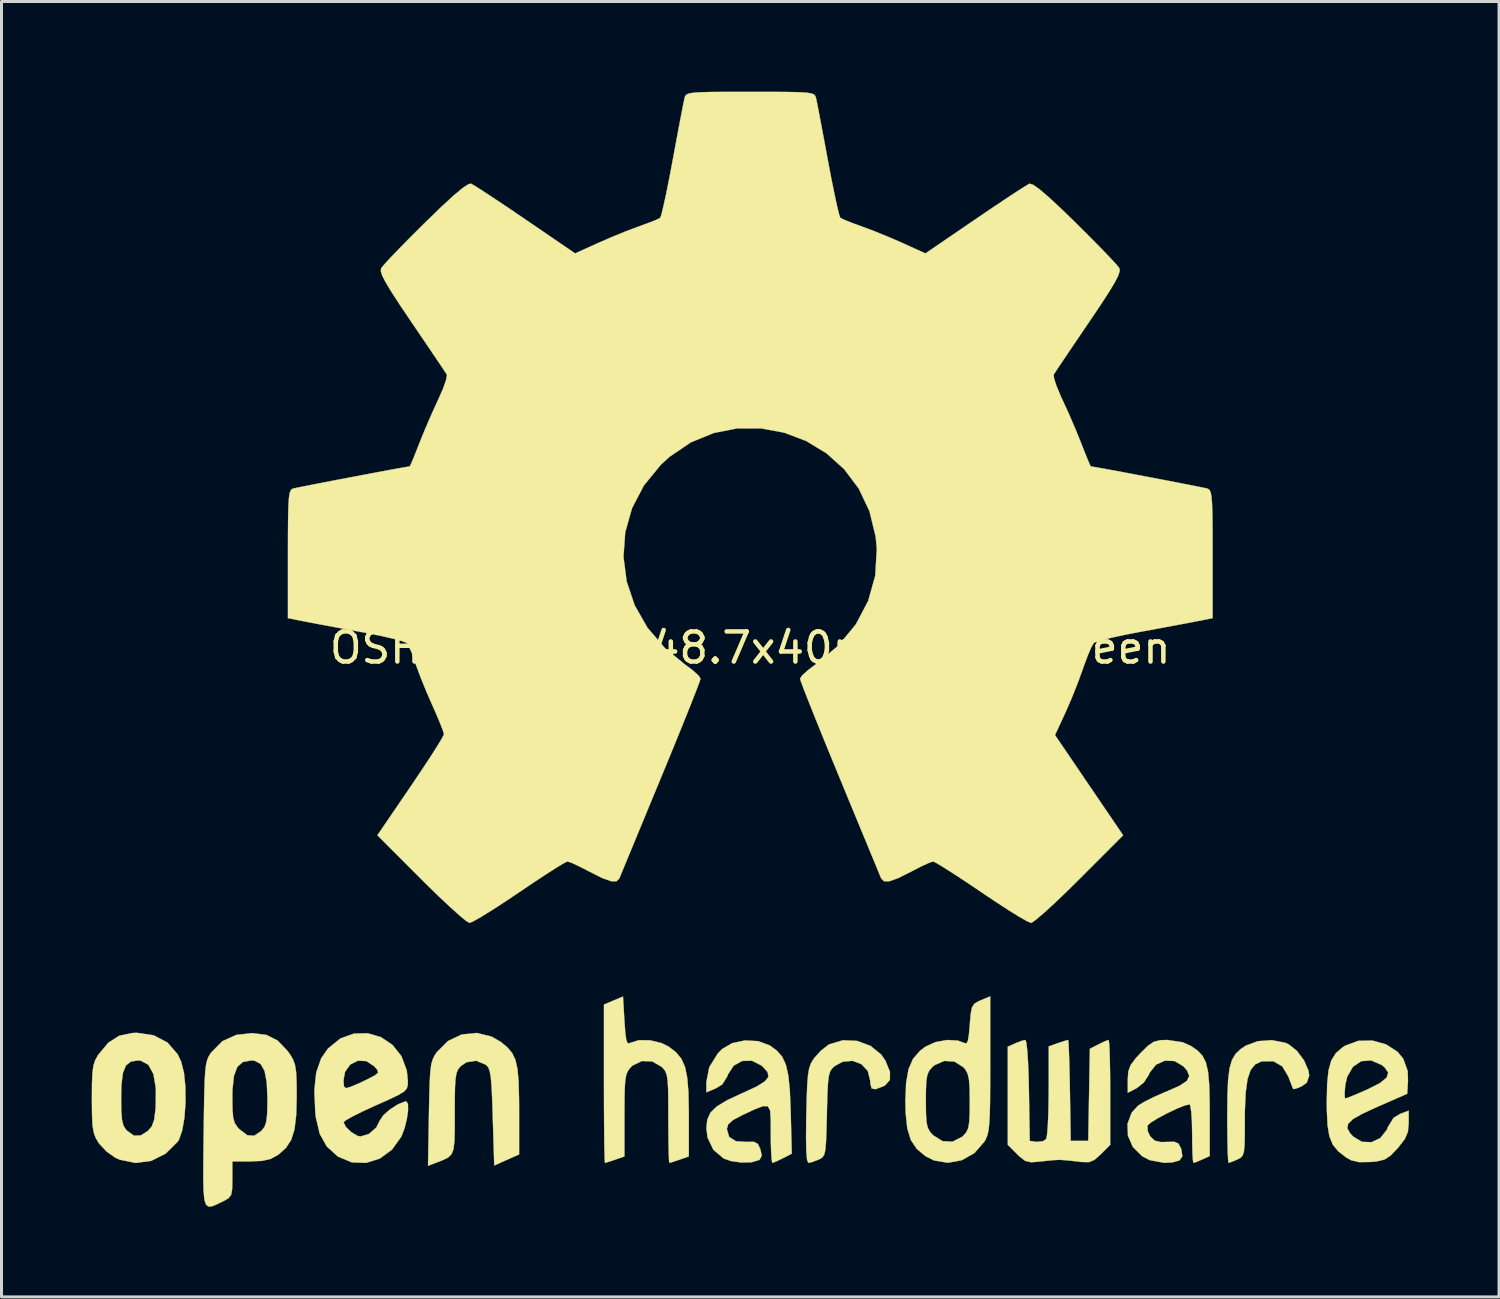
<source format=kicad_pcb>
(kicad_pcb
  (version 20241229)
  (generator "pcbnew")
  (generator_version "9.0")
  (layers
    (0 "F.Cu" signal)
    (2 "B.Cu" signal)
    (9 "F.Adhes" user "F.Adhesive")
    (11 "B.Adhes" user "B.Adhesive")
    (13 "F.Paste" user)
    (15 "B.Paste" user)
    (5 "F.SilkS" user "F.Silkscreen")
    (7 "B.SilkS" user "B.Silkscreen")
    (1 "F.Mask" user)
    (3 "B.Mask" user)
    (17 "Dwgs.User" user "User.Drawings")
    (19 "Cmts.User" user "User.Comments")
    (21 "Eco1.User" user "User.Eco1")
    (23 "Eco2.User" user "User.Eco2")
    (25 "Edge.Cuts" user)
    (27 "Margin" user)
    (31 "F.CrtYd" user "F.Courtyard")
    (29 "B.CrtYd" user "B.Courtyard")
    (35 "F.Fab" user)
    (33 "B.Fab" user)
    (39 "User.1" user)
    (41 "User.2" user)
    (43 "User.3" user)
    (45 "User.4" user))
  (footprint "OSHW-Logo2_48.7x40mm_SilkScreen"
    (layer "F.Cu")
    (at 21.902 18.495)
    (property "Reference" "OSHW-Logo2_48.7x40mm_SilkScreen" (at 0 0 0) (layer "F.SilkS") (effects (font (size 1 1) (thickness 0.15))))
    (attr exclude_from_pos_files exclude_from_bom allow_missing_courtyard)
    (fp_poly (pts (xy 17.786 13.133) (xy 17.902 13.184) (xy 18.18 13.404) (xy 18.417 13.722) (xy 18.564 14.061) (xy 18.588 14.229) (xy 18.508 14.462) (xy 18.332 14.586) (xy 18.143 14.661) (xy 18.057 14.674) (xy 18.015 14.574) (xy 17.932 14.357) (xy 17.896 14.258) (xy 17.692 13.918) (xy 17.396 13.748) (xy 17.017 13.753) (xy 16.989 13.76) (xy 16.787 13.856) (xy 16.638 14.043) (xy 16.537 14.344) (xy 16.476 14.782) (xy 16.449 15.38) (xy 16.447 15.698) (xy 16.446 16.2) (xy 16.437 16.542) (xy 16.416 16.759) (xy 16.374 16.886) (xy 16.306 16.959) (xy 16.205 17.012) (xy 16.199 17.015) (xy 16.004 17.098) (xy 15.907 17.128) (xy 15.892 17.036) (xy 15.879 16.782) (xy 15.87 16.398) (xy 15.864 15.918) (xy 15.863 15.566) (xy 15.869 14.885) (xy 15.891 14.369) (xy 15.939 13.987) (xy 16.019 13.709) (xy 16.139 13.504) (xy 16.309 13.343) (xy 16.476 13.231) (xy 16.878 13.082) (xy 17.345 13.048) (xy 17.786 13.133)) (stroke (width 0.01) (type solid)) (fill yes) (layer "F.SilkS"))
    (fp_poly (pts (xy -8.609 12.926) (xy -8.296 13.106) (xy -8.079 13.286) (xy -7.92 13.474) (xy -7.811 13.703) (xy -7.742 14.008) (xy -7.705 14.422) (xy -7.69 14.977) (xy -7.688 15.376) (xy -7.688 16.846) (xy -8.102 17.031) (xy -8.515 17.216) (xy -8.564 15.607) (xy -8.584 15.006) (xy -8.605 14.57) (xy -8.631 14.268) (xy -8.667 14.072) (xy -8.715 13.951) (xy -8.781 13.876) (xy -8.802 13.86) (xy -9.12 13.732) (xy -9.443 13.783) (xy -9.634 13.916) (xy -9.713 14.011) (xy -9.767 14.136) (xy -9.801 14.324) (xy -9.82 14.611) (xy -9.828 15.032) (xy -9.829 15.47) (xy -9.829 16.02) (xy -9.839 16.409) (xy -9.87 16.672) (xy -9.937 16.841) (xy -10.051 16.952) (xy -10.227 17.038) (xy -10.461 17.128) (xy -10.717 17.225) (xy -10.687 15.498) (xy -10.675 14.875) (xy -10.66 14.415) (xy -10.64 14.085) (xy -10.609 13.854) (xy -10.563 13.689) (xy -10.499 13.558) (xy -10.422 13.442) (xy -10.049 13.073) (xy -9.595 12.859) (xy -9.101 12.808) (xy -8.609 12.926)) (stroke (width 0.01) (type solid)) (fill yes) (layer "F.SilkS"))
    (fp_poly (pts (xy 3.553 13.073) (xy 3.995 13.236) (xy 4.353 13.525) (xy 4.493 13.728) (xy 4.646 14.101) (xy 4.643 14.37) (xy 4.483 14.551) (xy 4.423 14.582) (xy 4.167 14.678) (xy 4.037 14.654) (xy 3.992 14.492) (xy 3.99 14.403) (xy 3.909 14.075) (xy 3.698 13.846) (xy 3.404 13.735) (xy 3.076 13.763) (xy 2.809 13.908) (xy 2.719 13.99) (xy 2.655 14.09) (xy 2.611 14.242) (xy 2.584 14.478) (xy 2.565 14.833) (xy 2.551 15.34) (xy 2.548 15.501) (xy 2.534 16.05) (xy 2.519 16.437) (xy 2.497 16.693) (xy 2.461 16.85) (xy 2.406 16.939) (xy 2.326 16.994) (xy 2.275 17.018) (xy 2.059 17.101) (xy 1.932 17.128) (xy 1.89 17.037) (xy 1.864 16.762) (xy 1.855 16.3) (xy 1.861 15.647) (xy 1.863 15.547) (xy 1.878 14.951) (xy 1.895 14.516) (xy 1.92 14.208) (xy 1.957 13.993) (xy 2.01 13.836) (xy 2.085 13.704) (xy 2.124 13.647) (xy 2.349 13.397) (xy 2.6 13.202) (xy 2.63 13.185) (xy 3.08 13.051) (xy 3.553 13.073)) (stroke (width 0.01) (type solid)) (fill yes) (layer "F.SilkS"))
    (fp_poly (pts (xy 11.934 13.133) (xy 11.949 13.389) (xy 11.96 13.778) (xy 11.968 14.269) (xy 11.97 14.785) (xy 11.97 16.529) (xy 11.662 16.837) (xy 11.45 17.027) (xy 11.264 17.104) (xy 11.009 17.099) (xy 10.908 17.086) (xy 10.592 17.05) (xy 10.331 17.03) (xy 10.267 17.028) (xy 10.052 17.04) (xy 9.745 17.072) (xy 9.626 17.086) (xy 9.334 17.109) (xy 9.137 17.06) (xy 8.942 16.906) (xy 8.872 16.837) (xy 8.564 16.529) (xy 8.564 13.266) (xy 8.812 13.154) (xy 9.025 13.07) (xy 9.15 13.041) (xy 9.182 13.133) (xy 9.212 13.392) (xy 9.238 13.788) (xy 9.258 14.293) (xy 9.267 14.719) (xy 9.294 16.398) (xy 9.526 16.431) (xy 9.737 16.408) (xy 9.841 16.334) (xy 9.87 16.195) (xy 9.895 15.898) (xy 9.913 15.483) (xy 9.923 14.985) (xy 9.925 14.729) (xy 9.926 13.254) (xy 10.233 13.147) (xy 10.45 13.075) (xy 10.568 13.041) (xy 10.571 13.041) (xy 10.583 13.133) (xy 10.596 13.388) (xy 10.609 13.775) (xy 10.621 14.263) (xy 10.63 14.719) (xy 10.656 16.398) (xy 11.24 16.398) (xy 11.267 14.867) (xy 11.294 13.335) (xy 11.578 13.188) (xy 11.789 13.087) (xy 11.913 13.041) (xy 11.917 13.041) (xy 11.934 13.133)) (stroke (width 0.01) (type solid)) (fill yes) (layer "F.SilkS"))
    (fp_poly (pts (xy -4.185 12.413) (xy -4.156 12.811) (xy -4.123 13.045) (xy -4.078 13.147) (xy -4.012 13.149) (xy -3.99 13.136) (xy -3.704 13.048) (xy -3.331 13.053) (xy -2.952 13.144) (xy -2.715 13.262) (xy -2.472 13.449) (xy -2.294 13.662) (xy -2.172 13.932) (xy -2.097 14.292) (xy -2.057 14.775) (xy -2.044 15.414) (xy -2.044 15.537) (xy -2.044 16.914) (xy -2.35 17.021) (xy -2.568 17.094) (xy -2.687 17.128) (xy -2.691 17.128) (xy -2.703 17.036) (xy -2.713 16.783) (xy -2.72 16.402) (xy -2.724 15.926) (xy -2.725 15.637) (xy -2.726 15.066) (xy -2.733 14.657) (xy -2.75 14.377) (xy -2.781 14.192) (xy -2.831 14.07) (xy -2.905 13.978) (xy -2.95 13.933) (xy -3.264 13.754) (xy -3.605 13.741) (xy -3.916 13.892) (xy -3.973 13.947) (xy -4.057 14.05) (xy -4.116 14.172) (xy -4.153 14.348) (xy -4.174 14.614) (xy -4.183 15.005) (xy -4.185 15.543) (xy -4.185 16.914) (xy -4.491 17.021) (xy -4.709 17.094) (xy -4.828 17.128) (xy -4.832 17.128) (xy -4.841 17.035) (xy -4.849 16.772) (xy -4.856 16.365) (xy -4.861 15.838) (xy -4.865 15.217) (xy -4.866 14.526) (xy -4.866 14.496) (xy -4.866 11.863) (xy -4.55 11.73) (xy -4.233 11.597) (xy -4.185 12.413)) (stroke (width 0.01) (type solid)) (fill yes) (layer "F.SilkS"))
    (fp_poly (pts (xy -19.839 12.887) (xy -19.383 13.127) (xy -19.046 13.513) (xy -18.927 13.761) (xy -18.834 14.133) (xy -18.786 14.604) (xy -18.782 15.118) (xy -18.818 15.62) (xy -18.893 16.054) (xy -19.004 16.366) (xy -19.038 16.42) (xy -19.442 16.821) (xy -19.922 17.061) (xy -20.443 17.131) (xy -20.97 17.023) (xy -21.116 16.958) (xy -21.401 16.757) (xy -21.652 16.49) (xy -21.676 16.457) (xy -21.772 16.294) (xy -21.835 16.12) (xy -21.873 15.891) (xy -21.891 15.563) (xy -21.896 15.092) (xy -21.897 14.987) (xy -21.896 14.953) (xy -20.923 14.953) (xy -20.918 15.398) (xy -20.895 15.692) (xy -20.849 15.883) (xy -20.769 16.014) (xy -20.729 16.057) (xy -20.496 16.224) (xy -20.27 16.216) (xy -20.041 16.072) (xy -19.905 15.918) (xy -19.824 15.693) (xy -19.779 15.338) (xy -19.776 15.297) (xy -19.768 14.654) (xy -19.849 14.176) (xy -20.017 13.867) (xy -20.272 13.729) (xy -20.363 13.722) (xy -20.602 13.76) (xy -20.765 13.891) (xy -20.865 14.141) (xy -20.914 14.537) (xy -20.923 14.953) (xy -21.896 14.953) (xy -21.893 14.486) (xy -21.878 14.135) (xy -21.844 13.892) (xy -21.786 13.714) (xy -21.697 13.556) (xy -21.678 13.526) (xy -21.347 13.13) (xy -20.986 12.9) (xy -20.547 12.809) (xy -20.398 12.804) (xy -19.839 12.887)) (stroke (width 0.01) (type solid)) (fill yes) (layer "F.SilkS"))
    (fp_poly (pts (xy 21.145 13.188) (xy 21.53 13.44) (xy 21.716 13.665) (xy 21.863 14.074) (xy 21.874 14.398) (xy 21.848 14.83) (xy 20.85 15.267) (xy 20.365 15.49) (xy 20.048 15.669) (xy 19.884 15.825) (xy 19.855 15.976) (xy 19.947 16.142) (xy 20.048 16.252) (xy 20.341 16.429) (xy 20.661 16.441) (xy 20.954 16.303) (xy 21.17 16.03) (xy 21.208 15.933) (xy 21.393 15.632) (xy 21.605 15.503) (xy 21.897 15.393) (xy 21.897 15.81) (xy 21.871 16.094) (xy 21.77 16.333) (xy 21.558 16.608) (xy 21.527 16.644) (xy 21.292 16.888) (xy 21.089 17.019) (xy 20.837 17.079) (xy 20.627 17.099) (xy 20.252 17.104) (xy 19.985 17.042) (xy 19.818 16.949) (xy 19.556 16.745) (xy 19.375 16.525) (xy 19.26 16.248) (xy 19.198 15.874) (xy 19.174 15.363) (xy 19.172 15.104) (xy 19.179 14.793) (xy 19.766 14.793) (xy 19.773 14.96) (xy 19.79 14.987) (xy 19.902 14.95) (xy 20.143 14.852) (xy 20.466 14.712) (xy 20.533 14.682) (xy 20.941 14.475) (xy 21.165 14.293) (xy 21.214 14.122) (xy 21.096 13.95) (xy 20.999 13.873) (xy 20.647 13.721) (xy 20.318 13.746) (xy 20.043 13.932) (xy 19.852 14.263) (xy 19.791 14.525) (xy 19.766 14.793) (xy 19.179 14.793) (xy 19.185 14.498) (xy 19.231 14.05) (xy 19.323 13.723) (xy 19.472 13.483) (xy 19.69 13.293) (xy 19.785 13.231) (xy 20.216 13.071) (xy 20.688 13.061) (xy 21.145 13.188)) (stroke (width 0.01) (type solid)) (fill yes) (layer "F.SilkS"))
    (fp_poly (pts (xy 7.98 13.848) (xy 7.978 14.576) (xy 7.974 15.135) (xy 7.963 15.554) (xy 7.945 15.858) (xy 7.918 16.075) (xy 7.879 16.231) (xy 7.826 16.353) (xy 7.786 16.423) (xy 7.455 16.802) (xy 7.035 17.04) (xy 6.571 17.125) (xy 6.106 17.047) (xy 5.829 16.907) (xy 5.538 16.665) (xy 5.34 16.369) (xy 5.221 15.981) (xy 5.166 15.464) (xy 5.158 15.084) (xy 5.159 15.057) (xy 5.839 15.057) (xy 5.843 15.492) (xy 5.862 15.78) (xy 5.906 15.969) (xy 5.984 16.105) (xy 6.078 16.208) (xy 6.392 16.406) (xy 6.73 16.423) (xy 7.049 16.258) (xy 7.074 16.235) (xy 7.18 16.118) (xy 7.246 15.979) (xy 7.282 15.773) (xy 7.297 15.452) (xy 7.299 15.098) (xy 7.294 14.653) (xy 7.273 14.356) (xy 7.228 14.161) (xy 7.151 14.021) (xy 7.087 13.947) (xy 6.792 13.76) (xy 6.452 13.737) (xy 6.127 13.88) (xy 6.064 13.933) (xy 5.958 14.051) (xy 5.891 14.192) (xy 5.855 14.401) (xy 5.841 14.725) (xy 5.839 15.057) (xy 5.159 15.057) (xy 5.182 14.473) (xy 5.262 14.014) (xy 5.412 13.669) (xy 5.646 13.4) (xy 5.829 13.262) (xy 6.161 13.112) (xy 6.546 13.043) (xy 6.904 13.062) (xy 7.104 13.136) (xy 7.183 13.158) (xy 7.235 13.078) (xy 7.271 12.866) (xy 7.299 12.542) (xy 7.329 12.182) (xy 7.371 11.965) (xy 7.447 11.841) (xy 7.58 11.759) (xy 7.664 11.723) (xy 7.98 11.59) (xy 7.98 13.848)) (stroke (width 0.01) (type solid)) (fill yes) (layer "F.SilkS"))
    (fp_poly (pts (xy -12.281 12.949) (xy -11.898 13.207) (xy -11.601 13.58) (xy -11.424 14.054) (xy -11.388 14.403) (xy -11.392 14.549) (xy -11.426 14.661) (xy -11.52 14.761) (xy -11.703 14.871) (xy -12.005 15.016) (xy -12.454 15.216) (xy -12.457 15.217) (xy -12.871 15.407) (xy -13.21 15.575) (xy -13.441 15.704) (xy -13.527 15.776) (xy -13.527 15.776) (xy -13.451 15.932) (xy -13.273 16.104) (xy -13.069 16.228) (xy -12.965 16.252) (xy -12.682 16.167) (xy -12.439 15.954) (xy -12.32 15.72) (xy -12.206 15.548) (xy -11.982 15.351) (xy -11.719 15.182) (xy -11.487 15.089) (xy -11.439 15.084) (xy -11.384 15.168) (xy -11.381 15.381) (xy -11.421 15.669) (xy -11.497 15.975) (xy -11.6 16.245) (xy -11.605 16.255) (xy -11.916 16.689) (xy -12.319 16.984) (xy -12.777 17.129) (xy -13.251 17.112) (xy -13.706 16.922) (xy -13.727 16.909) (xy -14.084 16.584) (xy -14.32 16.161) (xy -14.45 15.605) (xy -14.467 15.449) (xy -14.498 14.711) (xy -14.461 14.367) (xy -13.527 14.367) (xy -13.515 14.582) (xy -13.449 14.644) (xy -13.283 14.597) (xy -13.022 14.487) (xy -12.731 14.348) (xy -12.724 14.344) (xy -12.477 14.214) (xy -12.377 14.127) (xy -12.402 14.037) (xy -12.505 13.917) (xy -12.767 13.744) (xy -13.049 13.731) (xy -13.302 13.857) (xy -13.477 14.1) (xy -13.527 14.367) (xy -14.461 14.367) (xy -14.435 14.121) (xy -14.271 13.653) (xy -14.044 13.325) (xy -13.634 12.993) (xy -13.182 12.829) (xy -12.72 12.819) (xy -12.281 12.949)) (stroke (width 0.01) (type solid)) (fill yes) (layer "F.SilkS"))
    (fp_poly (pts (xy 0.266 13.081) (xy 0.648 13.223) (xy 0.652 13.226) (xy 0.888 13.399) (xy 1.062 13.602) (xy 1.185 13.866) (xy 1.265 14.224) (xy 1.315 14.708) (xy 1.343 15.351) (xy 1.345 15.442) (xy 1.38 16.822) (xy 1.084 16.975) (xy 0.87 17.078) (xy 0.741 17.127) (xy 0.735 17.128) (xy 0.712 17.038) (xy 0.695 16.793) (xy 0.684 16.437) (xy 0.681 16.148) (xy 0.681 15.681) (xy 0.66 15.387) (xy 0.585 15.247) (xy 0.426 15.24) (xy 0.149 15.346) (xy -0.268 15.541) (xy -0.574 15.703) (xy -0.732 15.843) (xy -0.778 15.996) (xy -0.779 16.004) (xy -0.702 16.268) (xy -0.475 16.41) (xy -0.129 16.431) (xy 0.121 16.427) (xy 0.253 16.499) (xy 0.335 16.672) (xy 0.382 16.892) (xy 0.314 17.017) (xy 0.288 17.035) (xy 0.047 17.107) (xy -0.291 17.117) (xy -0.639 17.069) (xy -0.886 16.982) (xy -1.227 16.693) (xy -1.421 16.289) (xy -1.46 15.974) (xy -1.43 15.69) (xy -1.324 15.458) (xy -1.114 15.252) (xy -0.773 15.046) (xy -0.274 14.813) (xy -0.243 14.8) (xy 0.207 14.592) (xy 0.484 14.421) (xy 0.603 14.268) (xy 0.577 14.112) (xy 0.42 13.933) (xy 0.373 13.892) (xy 0.058 13.732) (xy -0.269 13.739) (xy -0.553 13.896) (xy -0.742 14.186) (xy -0.759 14.242) (xy -0.93 14.518) (xy -1.147 14.651) (xy -1.46 14.783) (xy -1.46 14.442) (xy -1.364 13.947) (xy -1.082 13.493) (xy -0.935 13.341) (xy -0.6 13.146) (xy -0.175 13.057) (xy 0.266 13.081)) (stroke (width 0.01) (type solid)) (fill yes) (layer "F.SilkS"))
    (fp_poly (pts (xy -16.094 12.873) (xy -15.722 13.058) (xy -15.394 13.4) (xy -15.303 13.526) (xy -15.205 13.692) (xy -15.141 13.871) (xy -15.104 14.111) (xy -15.088 14.457) (xy -15.084 14.914) (xy -15.101 15.539) (xy -15.157 16.009) (xy -15.266 16.36) (xy -15.439 16.627) (xy -15.686 16.849) (xy -15.705 16.862) (xy -15.949 16.997) (xy -16.243 17.063) (xy -16.617 17.079) (xy -17.225 17.079) (xy -17.225 17.67) (xy -17.231 17.998) (xy -17.265 18.191) (xy -17.355 18.307) (xy -17.528 18.404) (xy -17.569 18.424) (xy -17.763 18.517) (xy -17.913 18.576) (xy -18.025 18.581) (xy -18.103 18.513) (xy -18.154 18.352) (xy -18.181 18.079) (xy -18.192 17.676) (xy -18.19 17.121) (xy -18.182 16.396) (xy -18.179 16.179) (xy -18.169 15.432) (xy -18.161 14.943) (xy -17.225 14.943) (xy -17.22 15.358) (xy -17.197 15.629) (xy -17.144 15.808) (xy -17.05 15.946) (xy -16.986 16.013) (xy -16.726 16.21) (xy -16.496 16.226) (xy -16.258 16.063) (xy -16.252 16.057) (xy -16.155 15.932) (xy -16.097 15.762) (xy -16.067 15.499) (xy -16.058 15.098) (xy -16.057 15.009) (xy -16.08 14.455) (xy -16.153 14.072) (xy -16.284 13.838) (xy -16.483 13.732) (xy -16.598 13.722) (xy -16.871 13.772) (xy -17.059 13.935) (xy -17.171 14.235) (xy -17.221 14.691) (xy -17.225 14.943) (xy -18.161 14.943) (xy -18.159 14.853) (xy -18.146 14.418) (xy -18.127 14.1) (xy -18.101 13.875) (xy -18.064 13.715) (xy -18.015 13.596) (xy -17.951 13.492) (xy -17.923 13.453) (xy -17.558 13.083) (xy -17.095 12.873) (xy -16.561 12.814) (xy -16.094 12.873)) (stroke (width 0.01) (type solid)) (fill yes) (layer "F.SilkS"))
    (fp_poly (pts (xy 14.381 13.117) (xy 14.662 13.245) (xy 14.882 13.399) (xy 15.043 13.572) (xy 15.154 13.795) (xy 15.224 14.099) (xy 15.262 14.518) (xy 15.277 15.082) (xy 15.279 15.453) (xy 15.279 16.902) (xy 15.031 17.015) (xy 14.836 17.098) (xy 14.739 17.128) (xy 14.721 17.038) (xy 14.706 16.794) (xy 14.697 16.438) (xy 14.695 16.155) (xy 14.687 15.746) (xy 14.665 15.422) (xy 14.632 15.224) (xy 14.607 15.182) (xy 14.434 15.225) (xy 14.164 15.335) (xy 13.85 15.485) (xy 13.55 15.646) (xy 13.317 15.79) (xy 13.209 15.889) (xy 13.208 15.89) (xy 13.218 16.073) (xy 13.301 16.248) (xy 13.448 16.39) (xy 13.663 16.437) (xy 13.846 16.432) (xy 14.106 16.427) (xy 14.242 16.488) (xy 14.324 16.649) (xy 14.335 16.679) (xy 14.37 16.909) (xy 14.275 17.048) (xy 14.028 17.114) (xy 13.761 17.126) (xy 13.28 17.036) (xy 13.031 16.906) (xy 12.723 16.6) (xy 12.56 16.226) (xy 12.546 15.83) (xy 12.683 15.461) (xy 12.891 15.23) (xy 13.098 15.101) (xy 13.423 14.937) (xy 13.802 14.771) (xy 13.865 14.746) (xy 14.282 14.562) (xy 14.522 14.4) (xy 14.599 14.239) (xy 14.527 14.058) (xy 14.403 13.916) (xy 14.11 13.742) (xy 13.788 13.729) (xy 13.493 13.863) (xy 13.281 14.131) (xy 13.253 14.2) (xy 13.09 14.454) (xy 12.853 14.643) (xy 12.554 14.797) (xy 12.554 14.359) (xy 12.572 14.091) (xy 12.647 13.879) (xy 12.815 13.654) (xy 12.975 13.48) (xy 13.225 13.234) (xy 13.419 13.102) (xy 13.628 13.049) (xy 13.864 13.041) (xy 14.381 13.117)) (stroke (width 0.01) (type solid)) (fill yes) (layer "F.SilkS"))
    (fp_poly (pts (xy 0.697 -18.49) (xy 1.223 -18.487) (xy 1.604 -18.479) (xy 1.865 -18.464) (xy 2.029 -18.439) (xy 2.121 -18.402) (xy 2.165 -18.35) (xy 2.187 -18.28) (xy 2.19 -18.271) (xy 2.223 -18.11) (xy 2.285 -17.79) (xy 2.369 -17.348) (xy 2.469 -16.815) (xy 2.578 -16.227) (xy 2.582 -16.207) (xy 2.691 -15.631) (xy 2.794 -15.122) (xy 2.882 -14.71) (xy 2.951 -14.427) (xy 2.992 -14.303) (xy 2.994 -14.3) (xy 3.116 -14.24) (xy 3.369 -14.138) (xy 3.696 -14.018) (xy 3.698 -14.018) (xy 4.111 -13.863) (xy 4.597 -13.665) (xy 5.056 -13.466) (xy 5.078 -13.456) (xy 5.825 -13.117) (xy 7.479 -14.247) (xy 7.986 -14.591) (xy 8.446 -14.899) (xy 8.831 -15.153) (xy 9.115 -15.335) (xy 9.272 -15.429) (xy 9.287 -15.436) (xy 9.4 -15.405) (xy 9.613 -15.256) (xy 9.932 -14.983) (xy 10.367 -14.577) (xy 10.811 -14.146) (xy 11.239 -13.721) (xy 11.622 -13.333) (xy 11.937 -13.006) (xy 12.161 -12.765) (xy 12.271 -12.632) (xy 12.275 -12.625) (xy 12.287 -12.534) (xy 12.241 -12.386) (xy 12.126 -12.16) (xy 11.931 -11.836) (xy 11.644 -11.394) (xy 11.261 -10.825) (xy 10.921 -10.324) (xy 10.617 -9.876) (xy 10.367 -9.504) (xy 10.188 -9.237) (xy 10.098 -9.099) (xy 10.092 -9.09) (xy 10.103 -8.958) (xy 10.187 -8.701) (xy 10.326 -8.369) (xy 10.376 -8.262) (xy 10.593 -7.789) (xy 10.824 -7.252) (xy 11.012 -6.788) (xy 11.147 -6.443) (xy 11.255 -6.181) (xy 11.317 -6.044) (xy 11.325 -6.034) (xy 11.439 -6.016) (xy 11.709 -5.968) (xy 12.098 -5.897) (xy 12.57 -5.809) (xy 13.09 -5.71) (xy 13.622 -5.609) (xy 14.13 -5.511) (xy 14.578 -5.424) (xy 14.931 -5.354) (xy 15.152 -5.309) (xy 15.206 -5.296) (xy 15.262 -5.264) (xy 15.304 -5.192) (xy 15.335 -5.055) (xy 15.355 -4.829) (xy 15.368 -4.491) (xy 15.374 -4.014) (xy 15.376 -3.376) (xy 15.376 -3.115) (xy 15.376 -0.987) (xy 14.865 -0.886) (xy 14.581 -0.831) (xy 14.157 -0.752) (xy 13.644 -0.656) (xy 13.095 -0.555) (xy 12.943 -0.527) (xy 12.436 -0.429) (xy 11.995 -0.332) (xy 11.656 -0.246) (xy 11.456 -0.179) (xy 11.423 -0.159) (xy 11.341 -0.018) (xy 11.224 0.255) (xy 11.094 0.606) (xy 11.068 0.681) (xy 10.898 1.15) (xy 10.687 1.679) (xy 10.48 2.154) (xy 10.479 2.156) (xy 10.134 2.901) (xy 11.267 4.568) (xy 12.4 6.234) (xy 10.945 7.691) (xy 10.505 8.125) (xy 10.104 8.507) (xy 9.764 8.817) (xy 9.508 9.036) (xy 9.358 9.141) (xy 9.336 9.148) (xy 9.21 9.095) (xy 8.952 8.948) (xy 8.591 8.725) (xy 8.155 8.442) (xy 7.684 8.126) (xy 7.205 7.803) (xy 6.778 7.523) (xy 6.43 7.301) (xy 6.189 7.156) (xy 6.081 7.104) (xy 5.949 7.148) (xy 5.698 7.263) (xy 5.382 7.425) (xy 5.348 7.443) (xy 4.921 7.657) (xy 4.629 7.762) (xy 4.447 7.763) (xy 4.352 7.665) (xy 4.351 7.664) (xy 4.304 7.548) (xy 4.191 7.274) (xy 4.021 6.863) (xy 3.803 6.335) (xy 3.545 5.712) (xy 3.257 5.016) (xy 2.979 4.341) (xy 2.672 3.597) (xy 2.391 2.908) (xy 2.143 2.295) (xy 1.937 1.778) (xy 1.781 1.38) (xy 1.684 1.121) (xy 1.654 1.025) (xy 1.729 0.914) (xy 1.925 0.737) (xy 2.186 0.542) (xy 2.928 -0.073) (xy 3.509 -0.779) (xy 3.921 -1.56) (xy 4.156 -2.402) (xy 4.208 -3.289) (xy 4.17 -3.698) (xy 3.963 -4.547) (xy 3.607 -5.297) (xy 3.123 -5.941) (xy 2.534 -6.47) (xy 1.862 -6.878) (xy 1.129 -7.156) (xy 0.356 -7.299) (xy -0.433 -7.298) (xy -1.216 -7.145) (xy -1.973 -6.835) (xy -2.68 -6.358) (xy -2.975 -6.089) (xy -3.54 -5.397) (xy -3.934 -4.64) (xy -4.159 -3.842) (xy -4.217 -3.023) (xy -4.111 -2.207) (xy -3.844 -1.414) (xy -3.418 -0.667) (xy -2.836 0.011) (xy -2.186 0.542) (xy -1.915 0.745) (xy -1.723 0.92) (xy -1.654 1.025) (xy -1.69 1.139) (xy -1.793 1.411) (xy -1.954 1.821) (xy -2.164 2.348) (xy -2.416 2.969) (xy -2.7 3.664) (xy -2.979 4.342) (xy -3.288 5.086) (xy -3.573 5.777) (xy -3.827 6.391) (xy -4.041 6.908) (xy -4.206 7.307) (xy -4.313 7.567) (xy -4.352 7.664) (xy -4.446 7.762) (xy -4.627 7.762) (xy -4.919 7.658) (xy -5.345 7.444) (xy -5.348 7.443) (xy -5.669 7.277) (xy -5.928 7.156) (xy -6.074 7.105) (xy -6.081 7.104) (xy -6.191 7.157) (xy -6.434 7.303) (xy -6.782 7.525) (xy -7.21 7.807) (xy -7.684 8.126) (xy -8.166 8.45) (xy -8.601 8.731) (xy -8.96 8.953) (xy -9.215 9.097) (xy -9.336 9.148) (xy -9.449 9.082) (xy -9.674 8.896) (xy -9.99 8.613) (xy -10.375 8.251) (xy -10.805 7.831) (xy -10.946 7.69) (xy -12.401 6.233) (xy -11.293 4.608) (xy -10.957 4.109) (xy -10.661 3.661) (xy -10.424 3.29) (xy -10.261 3.022) (xy -10.188 2.883) (xy -10.186 2.874) (xy -10.224 2.743) (xy -10.327 2.48) (xy -10.476 2.128) (xy -10.581 1.893) (xy -10.777 1.443) (xy -10.962 0.988) (xy -11.105 0.604) (xy -11.144 0.487) (xy -11.255 0.174) (xy -11.363 -0.068) (xy -11.422 -0.159) (xy -11.553 -0.215) (xy -11.839 -0.294) (xy -12.242 -0.388) (xy -12.727 -0.487) (xy -12.943 -0.527) (xy -13.494 -0.628) (xy -14.021 -0.726) (xy -14.475 -0.811) (xy -14.804 -0.874) (xy -14.865 -0.886) (xy -15.376 -0.987) (xy -15.376 -3.115) (xy -15.375 -3.814) (xy -15.37 -4.343) (xy -15.36 -4.727) (xy -15.343 -4.989) (xy -15.316 -5.153) (xy -15.278 -5.245) (xy -15.227 -5.288) (xy -15.206 -5.296) (xy -15.08 -5.324) (xy -14.801 -5.38) (xy -14.405 -5.458) (xy -13.928 -5.55) (xy -13.406 -5.65) (xy -12.874 -5.751) (xy -12.369 -5.846) (xy -11.927 -5.929) (xy -11.582 -5.991) (xy -11.372 -6.027) (xy -11.325 -6.034) (xy -11.283 -6.118) (xy -11.189 -6.341) (xy -11.061 -6.662) (xy -11.012 -6.788) (xy -10.815 -7.274) (xy -10.583 -7.81) (xy -10.376 -8.262) (xy -10.223 -8.608) (xy -10.121 -8.892) (xy -10.087 -9.066) (xy -10.093 -9.09) (xy -10.164 -9.2) (xy -10.328 -9.445) (xy -10.566 -9.798) (xy -10.861 -10.234) (xy -11.196 -10.727) (xy -11.262 -10.824) (xy -11.65 -11.4) (xy -11.935 -11.839) (xy -12.129 -12.161) (xy -12.243 -12.385) (xy -12.288 -12.533) (xy -12.276 -12.624) (xy -12.275 -12.625) (xy -12.179 -12.744) (xy -11.966 -12.975) (xy -11.66 -13.294) (xy -11.283 -13.677) (xy -10.859 -14.099) (xy -10.811 -14.146) (xy -10.277 -14.664) (xy -9.864 -15.044) (xy -9.565 -15.293) (xy -9.372 -15.419) (xy -9.287 -15.436) (xy -9.162 -15.365) (xy -8.904 -15.201) (xy -8.54 -14.961) (xy -8.094 -14.664) (xy -7.595 -14.326) (xy -7.479 -14.247) (xy -5.825 -13.117) (xy -5.078 -13.456) (xy -4.623 -13.654) (xy -4.136 -13.853) (xy -3.717 -14.011) (xy -3.698 -14.018) (xy -3.37 -14.138) (xy -3.117 -14.239) (xy -2.994 -14.3) (xy -2.994 -14.3) (xy -2.955 -14.411) (xy -2.889 -14.682) (xy -2.801 -15.085) (xy -2.7 -15.587) (xy -2.591 -16.159) (xy -2.582 -16.207) (xy -2.473 -16.796) (xy -2.373 -17.331) (xy -2.288 -17.777) (xy -2.225 -18.101) (xy -2.19 -18.269) (xy -2.19 -18.271) (xy -2.168 -18.343) (xy -2.127 -18.397) (xy -2.042 -18.436) (xy -1.887 -18.462) (xy -1.639 -18.478) (xy -1.273 -18.487) (xy -0.764 -18.49) (xy -0.088 -18.49) (xy 0 -18.49) (xy 0.697 -18.49)) (stroke (width 0.01) (type solid)) (fill yes) (layer "F.SilkS")))
  (gr_rect
    (start -3 -3)
    (end 46.803 40.081)
    (stroke (width 0.1) (type default))
    (fill no)
    (layer "Edge.Cuts")))
</source>
